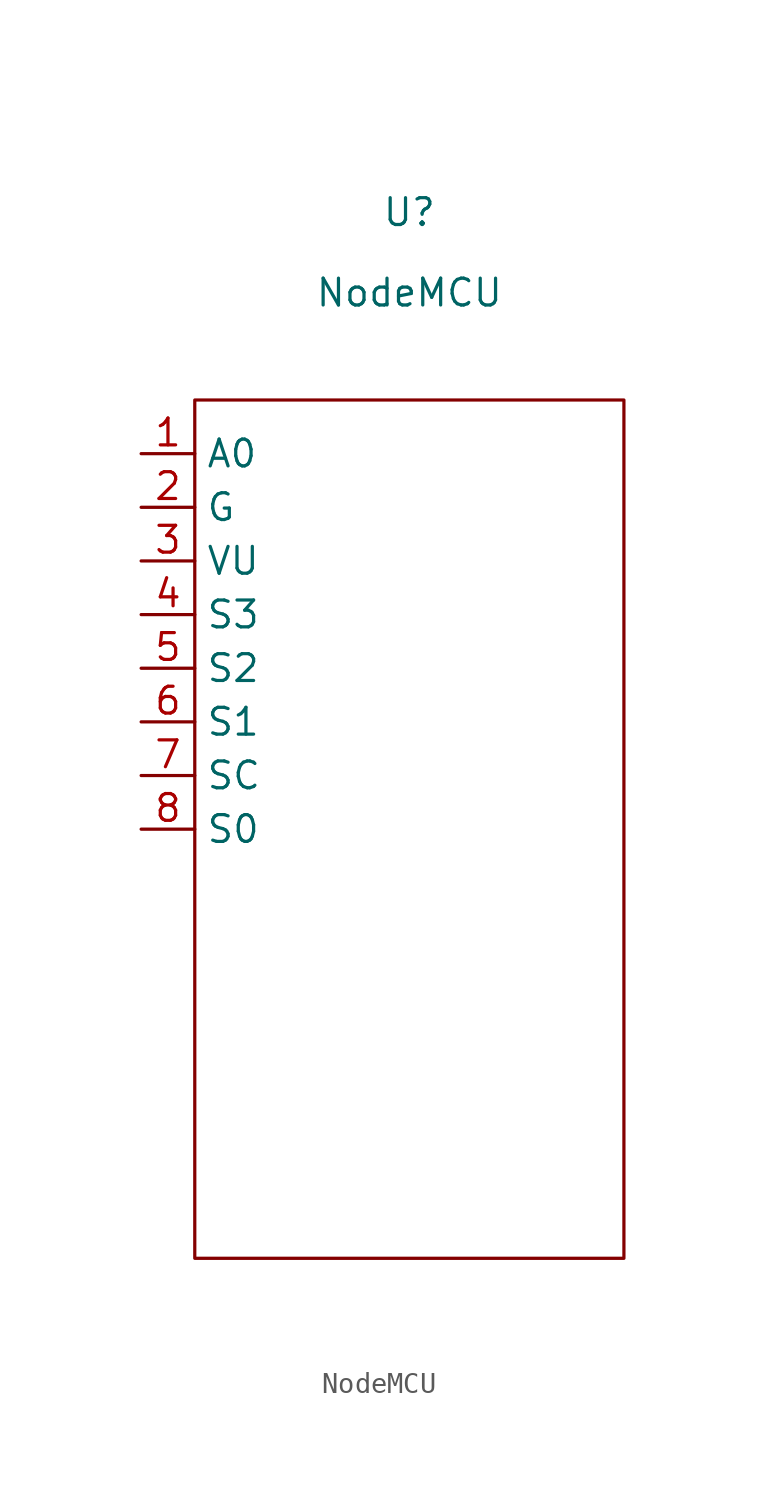
<source format=kicad_sym>
(kicad_symbol_lib
  (version 20211014)
  (generator kicad_symbol_editor)
  (symbol "NodeMCU"
    (property "Reference" "U"
      (at 0 7.62 0)
      (effects (font (size 1.27 1.27))))
    (property "Value" "NodeMCU"
      (at 0 3.81 0)
      (effects (font (size 1.27 1.27))))
    (symbol "NodeMCU_0_1"
      (rectangle (start -10.16 -1.27) (end 10.16 -41.91) (stroke (width 0) (type default) (color 0 0 0 0)) (fill (type none))))
    (symbol "NodeMCU_1_1"
      (pin input line (at -12.7 -3.81 0) (length 2.54) (name "A0" (effects (font (size 1.27 1.27)))) (number "1" (effects (font (size 1.27 1.27)))))
      (pin power_in line (at -12.7 -6.35 0) (length 2.54) (name "G" (effects (font (size 1.27 1.27)))) (number "2" (effects (font (size 1.27 1.27)))))
      (pin power_in line (at -12.7 -8.89 0) (length 2.54) (name "VU" (effects (font (size 1.27 1.27)))) (number "3" (effects (font (size 1.27 1.27)))))
      (pin bidirectional line (at -12.7 -11.43 0) (length 2.54) (name "S3" (effects (font (size 1.27 1.27)))) (number "4" (effects (font (size 1.27 1.27)))))
      (pin bidirectional line (at -12.7 -13.97 0) (length 2.54) (name "S2" (effects (font (size 1.27 1.27)))) (number "5" (effects (font (size 1.27 1.27)))))
      (pin bidirectional line (at -12.7 -16.51 0) (length 2.54) (name "S1" (effects (font (size 1.27 1.27)))) (number "6" (effects (font (size 1.27 1.27)))))
      (pin bidirectional line (at -12.7 -19.05 0) (length 2.54) (name "SC" (effects (font (size 1.27 1.27)))) (number "7" (effects (font (size 1.27 1.27)))))
      (pin bidirectional line (at -12.7 -21.59 0) (length 2.54) (name "S0" (effects (font (size 1.27 1.27)))) (number "8" (effects (font (size 1.27 1.27))))))))
</source>
